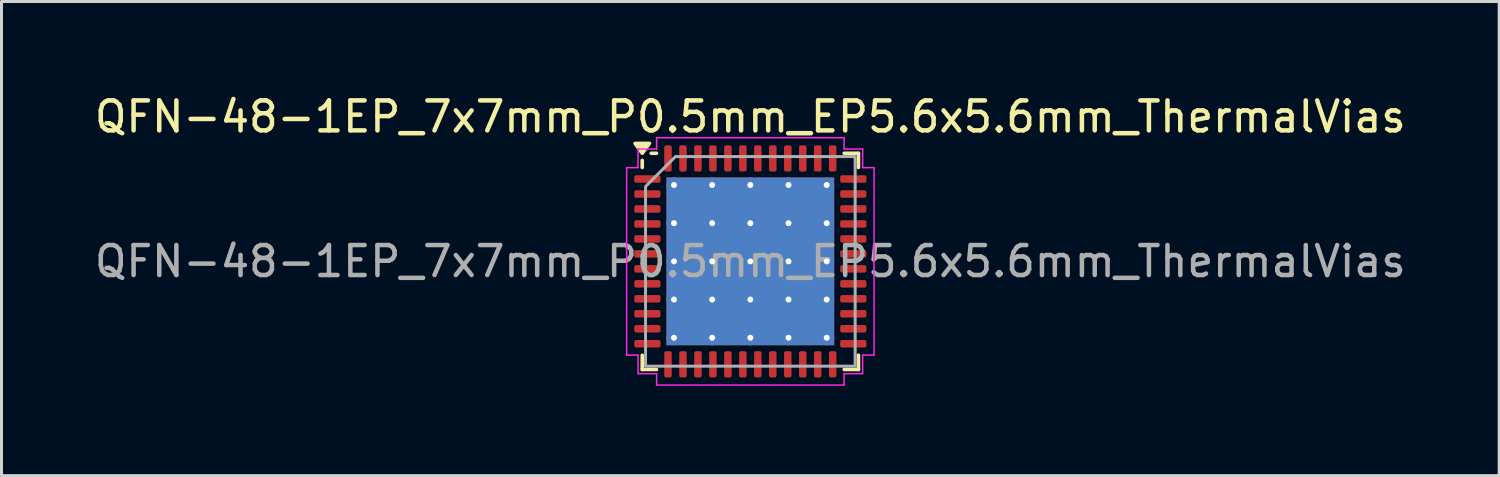
<source format=kicad_pcb>
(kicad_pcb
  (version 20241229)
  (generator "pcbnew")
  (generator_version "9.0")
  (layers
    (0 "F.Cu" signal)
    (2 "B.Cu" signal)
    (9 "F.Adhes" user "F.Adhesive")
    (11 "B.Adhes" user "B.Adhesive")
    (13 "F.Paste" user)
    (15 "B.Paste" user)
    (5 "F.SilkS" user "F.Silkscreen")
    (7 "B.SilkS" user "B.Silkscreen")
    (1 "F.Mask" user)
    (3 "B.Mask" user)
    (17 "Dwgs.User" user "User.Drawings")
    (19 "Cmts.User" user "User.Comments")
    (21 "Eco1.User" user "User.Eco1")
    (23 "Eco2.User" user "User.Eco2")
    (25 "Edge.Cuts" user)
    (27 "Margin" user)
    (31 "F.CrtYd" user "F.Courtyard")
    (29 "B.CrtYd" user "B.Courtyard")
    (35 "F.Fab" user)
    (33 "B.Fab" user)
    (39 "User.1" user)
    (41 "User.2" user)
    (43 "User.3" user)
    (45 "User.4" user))
  (footprint "QFN-48-1EP_7x7mm_P0.5mm_EP5.6x5.6mm_ThermalVias"
    (layer "F.Cu")
    (at 22.006 5.678)
    (property "Reference" "QFN-48-1EP_7x7mm_P0.5mm_EP5.6x5.6mm_ThermalVias" (at 0 -4.83 0) (layer "F.SilkS") (effects (font (size 1 1) (thickness 0.15))))
    (attr smd)
    (fp_line (start -3.61 -3.135) (end -3.61 -3.37) (stroke (width 0.12) (type solid)) (layer "F.SilkS"))
    (fp_line (start -3.61 3.61) (end -3.61 3.135) (stroke (width 0.12) (type solid)) (layer "F.SilkS"))
    (fp_line (start -3.135 -3.61) (end -3.31 -3.61) (stroke (width 0.12) (type solid)) (layer "F.SilkS"))
    (fp_line (start -3.135 3.61) (end -3.61 3.61) (stroke (width 0.12) (type solid)) (layer "F.SilkS"))
    (fp_line (start 3.135 -3.61) (end 3.61 -3.61) (stroke (width 0.12) (type solid)) (layer "F.SilkS"))
    (fp_line (start 3.135 3.61) (end 3.61 3.61) (stroke (width 0.12) (type solid)) (layer "F.SilkS"))
    (fp_line (start 3.61 -3.61) (end 3.61 -3.135) (stroke (width 0.12) (type solid)) (layer "F.SilkS"))
    (fp_line (start 3.61 3.61) (end 3.61 3.135) (stroke (width 0.12) (type solid)) (layer "F.SilkS"))
    (fp_poly (pts (xy -3.61 -3.61) (xy -3.85 -3.94) (xy -3.37 -3.94)) (stroke (width 0.12) (type solid)) (fill yes) (layer "F.SilkS"))
    (fp_line (start -4.13 -3.13) (end -3.75 -3.13) (stroke (width 0.05) (type solid)) (layer "F.CrtYd"))
    (fp_line (start -4.13 3.13) (end -4.13 -3.13) (stroke (width 0.05) (type solid)) (layer "F.CrtYd"))
    (fp_line (start -3.75 -3.75) (end -3.13 -3.75) (stroke (width 0.05) (type solid)) (layer "F.CrtYd"))
    (fp_line (start -3.75 -3.13) (end -3.75 -3.75) (stroke (width 0.05) (type solid)) (layer "F.CrtYd"))
    (fp_line (start -3.75 3.13) (end -4.13 3.13) (stroke (width 0.05) (type solid)) (layer "F.CrtYd"))
    (fp_line (start -3.75 3.75) (end -3.75 3.13) (stroke (width 0.05) (type solid)) (layer "F.CrtYd"))
    (fp_line (start -3.13 -4.13) (end 3.13 -4.13) (stroke (width 0.05) (type solid)) (layer "F.CrtYd"))
    (fp_line (start -3.13 -3.75) (end -3.13 -4.13) (stroke (width 0.05) (type solid)) (layer "F.CrtYd"))
    (fp_line (start -3.13 3.75) (end -3.75 3.75) (stroke (width 0.05) (type solid)) (layer "F.CrtYd"))
    (fp_line (start -3.13 4.13) (end -3.13 3.75) (stroke (width 0.05) (type solid)) (layer "F.CrtYd"))
    (fp_line (start 3.13 -4.13) (end 3.13 -3.75) (stroke (width 0.05) (type solid)) (layer "F.CrtYd"))
    (fp_line (start 3.13 -3.75) (end 3.75 -3.75) (stroke (width 0.05) (type solid)) (layer "F.CrtYd"))
    (fp_line (start 3.13 3.75) (end 3.13 4.13) (stroke (width 0.05) (type solid)) (layer "F.CrtYd"))
    (fp_line (start 3.13 4.13) (end -3.13 4.13) (stroke (width 0.05) (type solid)) (layer "F.CrtYd"))
    (fp_line (start 3.75 -3.75) (end 3.75 -3.13) (stroke (width 0.05) (type solid)) (layer "F.CrtYd"))
    (fp_line (start 3.75 -3.13) (end 4.13 -3.13) (stroke (width 0.05) (type solid)) (layer "F.CrtYd"))
    (fp_line (start 3.75 3.13) (end 3.75 3.75) (stroke (width 0.05) (type solid)) (layer "F.CrtYd"))
    (fp_line (start 3.75 3.75) (end 3.13 3.75) (stroke (width 0.05) (type solid)) (layer "F.CrtYd"))
    (fp_line (start 4.13 -3.13) (end 4.13 3.13) (stroke (width 0.05) (type solid)) (layer "F.CrtYd"))
    (fp_line (start 4.13 3.13) (end 3.75 3.13) (stroke (width 0.05) (type solid)) (layer "F.CrtYd"))
    (fp_poly (pts (xy -3.5 -2.5) (xy -3.5 3.5) (xy 3.5 3.5) (xy 3.5 -3.5) (xy -2.5 -3.5)) (stroke (width 0.1) (type solid)) (fill no) (layer "F.Fab"))
    (fp_text user "${REFERENCE}" (at 0 0 0) (layer "F.Fab") (effects (font (size 1 1) (thickness 0.15))))
    (pad "" smd roundrect (at -2.1 -2.1) (size 1.08 1.08) (layers "F.Paste") (roundrect_rratio 0.231))
    (pad "" smd roundrect (at -2.1 -0.7) (size 1.08 1.08) (layers "F.Paste") (roundrect_rratio 0.231))
    (pad "" smd roundrect (at -2.1 0.7) (size 1.08 1.08) (layers "F.Paste") (roundrect_rratio 0.231))
    (pad "" smd roundrect (at -2.1 2.1) (size 1.08 1.08) (layers "F.Paste") (roundrect_rratio 0.231))
    (pad "" smd roundrect (at -0.7 -2.1) (size 1.08 1.08) (layers "F.Paste") (roundrect_rratio 0.231))
    (pad "" smd roundrect (at -0.7 -0.7) (size 1.08 1.08) (layers "F.Paste") (roundrect_rratio 0.231))
    (pad "" smd roundrect (at -0.7 0.7) (size 1.08 1.08) (layers "F.Paste") (roundrect_rratio 0.231))
    (pad "" smd roundrect (at -0.7 2.1) (size 1.08 1.08) (layers "F.Paste") (roundrect_rratio 0.231))
    (pad "" smd roundrect (at 0.7 -2.1) (size 1.08 1.08) (layers "F.Paste") (roundrect_rratio 0.231))
    (pad "" smd roundrect (at 0.7 -0.7) (size 1.08 1.08) (layers "F.Paste") (roundrect_rratio 0.231))
    (pad "" smd roundrect (at 0.7 0.7) (size 1.08 1.08) (layers "F.Paste") (roundrect_rratio 0.231))
    (pad "" smd roundrect (at 0.7 2.1) (size 1.08 1.08) (layers "F.Paste") (roundrect_rratio 0.231))
    (pad "" smd roundrect (at 2.1 -2.1) (size 1.08 1.08) (layers "F.Paste") (roundrect_rratio 0.231))
    (pad "" smd roundrect (at 2.1 -0.7) (size 1.08 1.08) (layers "F.Paste") (roundrect_rratio 0.231))
    (pad "" smd roundrect (at 2.1 0.7) (size 1.08 1.08) (layers "F.Paste") (roundrect_rratio 0.231))
    (pad "" smd roundrect (at 2.1 2.1) (size 1.08 1.08) (layers "F.Paste") (roundrect_rratio 0.231))
    (pad "1" smd roundrect (at -3.438 -2.75) (size 0.875 0.25) (layers "F.Cu" "F.Mask" "F.Paste") (roundrect_rratio 0.25))
    (pad "2" smd roundrect (at -3.438 -2.25) (size 0.875 0.25) (layers "F.Cu" "F.Mask" "F.Paste") (roundrect_rratio 0.25))
    (pad "3" smd roundrect (at -3.438 -1.75) (size 0.875 0.25) (layers "F.Cu" "F.Mask" "F.Paste") (roundrect_rratio 0.25))
    (pad "4" smd roundrect (at -3.438 -1.25) (size 0.875 0.25) (layers "F.Cu" "F.Mask" "F.Paste") (roundrect_rratio 0.25))
    (pad "5" smd roundrect (at -3.438 -0.75) (size 0.875 0.25) (layers "F.Cu" "F.Mask" "F.Paste") (roundrect_rratio 0.25))
    (pad "6" smd roundrect (at -3.438 -0.25) (size 0.875 0.25) (layers "F.Cu" "F.Mask" "F.Paste") (roundrect_rratio 0.25))
    (pad "7" smd roundrect (at -3.438 0.25) (size 0.875 0.25) (layers "F.Cu" "F.Mask" "F.Paste") (roundrect_rratio 0.25))
    (pad "8" smd roundrect (at -3.438 0.75) (size 0.875 0.25) (layers "F.Cu" "F.Mask" "F.Paste") (roundrect_rratio 0.25))
    (pad "9" smd roundrect (at -3.438 1.25) (size 0.875 0.25) (layers "F.Cu" "F.Mask" "F.Paste") (roundrect_rratio 0.25))
    (pad "10" smd roundrect (at -3.438 1.75) (size 0.875 0.25) (layers "F.Cu" "F.Mask" "F.Paste") (roundrect_rratio 0.25))
    (pad "11" smd roundrect (at -3.438 2.25) (size 0.875 0.25) (layers "F.Cu" "F.Mask" "F.Paste") (roundrect_rratio 0.25))
    (pad "12" smd roundrect (at -3.438 2.75) (size 0.875 0.25) (layers "F.Cu" "F.Mask" "F.Paste") (roundrect_rratio 0.25))
    (pad "13" smd roundrect (at -2.75 3.438) (size 0.25 0.875) (layers "F.Cu" "F.Mask" "F.Paste") (roundrect_rratio 0.25))
    (pad "14" smd roundrect (at -2.25 3.438) (size 0.25 0.875) (layers "F.Cu" "F.Mask" "F.Paste") (roundrect_rratio 0.25))
    (pad "15" smd roundrect (at -1.75 3.438) (size 0.25 0.875) (layers "F.Cu" "F.Mask" "F.Paste") (roundrect_rratio 0.25))
    (pad "16" smd roundrect (at -1.25 3.438) (size 0.25 0.875) (layers "F.Cu" "F.Mask" "F.Paste") (roundrect_rratio 0.25))
    (pad "17" smd roundrect (at -0.75 3.438) (size 0.25 0.875) (layers "F.Cu" "F.Mask" "F.Paste") (roundrect_rratio 0.25))
    (pad "18" smd roundrect (at -0.25 3.438) (size 0.25 0.875) (layers "F.Cu" "F.Mask" "F.Paste") (roundrect_rratio 0.25))
    (pad "19" smd roundrect (at 0.25 3.438) (size 0.25 0.875) (layers "F.Cu" "F.Mask" "F.Paste") (roundrect_rratio 0.25))
    (pad "20" smd roundrect (at 0.75 3.438) (size 0.25 0.875) (layers "F.Cu" "F.Mask" "F.Paste") (roundrect_rratio 0.25))
    (pad "21" smd roundrect (at 1.25 3.438) (size 0.25 0.875) (layers "F.Cu" "F.Mask" "F.Paste") (roundrect_rratio 0.25))
    (pad "22" smd roundrect (at 1.75 3.438) (size 0.25 0.875) (layers "F.Cu" "F.Mask" "F.Paste") (roundrect_rratio 0.25))
    (pad "23" smd roundrect (at 2.25 3.438) (size 0.25 0.875) (layers "F.Cu" "F.Mask" "F.Paste") (roundrect_rratio 0.25))
    (pad "24" smd roundrect (at 2.75 3.438) (size 0.25 0.875) (layers "F.Cu" "F.Mask" "F.Paste") (roundrect_rratio 0.25))
    (pad "25" smd roundrect (at 3.438 2.75) (size 0.875 0.25) (layers "F.Cu" "F.Mask" "F.Paste") (roundrect_rratio 0.25))
    (pad "26" smd roundrect (at 3.438 2.25) (size 0.875 0.25) (layers "F.Cu" "F.Mask" "F.Paste") (roundrect_rratio 0.25))
    (pad "27" smd roundrect (at 3.438 1.75) (size 0.875 0.25) (layers "F.Cu" "F.Mask" "F.Paste") (roundrect_rratio 0.25))
    (pad "28" smd roundrect (at 3.438 1.25) (size 0.875 0.25) (layers "F.Cu" "F.Mask" "F.Paste") (roundrect_rratio 0.25))
    (pad "29" smd roundrect (at 3.438 0.75) (size 0.875 0.25) (layers "F.Cu" "F.Mask" "F.Paste") (roundrect_rratio 0.25))
    (pad "30" smd roundrect (at 3.438 0.25) (size 0.875 0.25) (layers "F.Cu" "F.Mask" "F.Paste") (roundrect_rratio 0.25))
    (pad "31" smd roundrect (at 3.438 -0.25) (size 0.875 0.25) (layers "F.Cu" "F.Mask" "F.Paste") (roundrect_rratio 0.25))
    (pad "32" smd roundrect (at 3.438 -0.75) (size 0.875 0.25) (layers "F.Cu" "F.Mask" "F.Paste") (roundrect_rratio 0.25))
    (pad "33" smd roundrect (at 3.438 -1.25) (size 0.875 0.25) (layers "F.Cu" "F.Mask" "F.Paste") (roundrect_rratio 0.25))
    (pad "34" smd roundrect (at 3.438 -1.75) (size 0.875 0.25) (layers "F.Cu" "F.Mask" "F.Paste") (roundrect_rratio 0.25))
    (pad "35" smd roundrect (at 3.438 -2.25) (size 0.875 0.25) (layers "F.Cu" "F.Mask" "F.Paste") (roundrect_rratio 0.25))
    (pad "36" smd roundrect (at 3.438 -2.75) (size 0.875 0.25) (layers "F.Cu" "F.Mask" "F.Paste") (roundrect_rratio 0.25))
    (pad "37" smd roundrect (at 2.75 -3.438) (size 0.25 0.875) (layers "F.Cu" "F.Mask" "F.Paste") (roundrect_rratio 0.25))
    (pad "38" smd roundrect (at 2.25 -3.438) (size 0.25 0.875) (layers "F.Cu" "F.Mask" "F.Paste") (roundrect_rratio 0.25))
    (pad "39" smd roundrect (at 1.75 -3.438) (size 0.25 0.875) (layers "F.Cu" "F.Mask" "F.Paste") (roundrect_rratio 0.25))
    (pad "40" smd roundrect (at 1.25 -3.438) (size 0.25 0.875) (layers "F.Cu" "F.Mask" "F.Paste") (roundrect_rratio 0.25))
    (pad "41" smd roundrect (at 0.75 -3.438) (size 0.25 0.875) (layers "F.Cu" "F.Mask" "F.Paste") (roundrect_rratio 0.25))
    (pad "42" smd roundrect (at 0.25 -3.438) (size 0.25 0.875) (layers "F.Cu" "F.Mask" "F.Paste") (roundrect_rratio 0.25))
    (pad "43" smd roundrect (at -0.25 -3.438) (size 0.25 0.875) (layers "F.Cu" "F.Mask" "F.Paste") (roundrect_rratio 0.25))
    (pad "44" smd roundrect (at -0.75 -3.438) (size 0.25 0.875) (layers "F.Cu" "F.Mask" "F.Paste") (roundrect_rratio 0.25))
    (pad "45" smd roundrect (at -1.25 -3.438) (size 0.25 0.875) (layers "F.Cu" "F.Mask" "F.Paste") (roundrect_rratio 0.25))
    (pad "46" smd roundrect (at -1.75 -3.438) (size 0.25 0.875) (layers "F.Cu" "F.Mask" "F.Paste") (roundrect_rratio 0.25))
    (pad "47" smd roundrect (at -2.25 -3.438) (size 0.25 0.875) (layers "F.Cu" "F.Mask" "F.Paste") (roundrect_rratio 0.25))
    (pad "48" smd roundrect (at -2.75 -3.438) (size 0.25 0.875) (layers "F.Cu" "F.Mask" "F.Paste") (roundrect_rratio 0.25))
    (pad "49" thru_hole circle (at -2.55 -2.55) (size 0.5 0.5) (drill 0.2) (property pad_prop_heatsink) (layers "*.Cu"))
    (pad "49" thru_hole circle (at -2.55 -1.275) (size 0.5 0.5) (drill 0.2) (property pad_prop_heatsink) (layers "*.Cu"))
    (pad "49" thru_hole circle (at -2.55 0) (size 0.5 0.5) (drill 0.2) (property pad_prop_heatsink) (layers "*.Cu"))
    (pad "49" thru_hole circle (at -2.55 1.275) (size 0.5 0.5) (drill 0.2) (property pad_prop_heatsink) (layers "*.Cu"))
    (pad "49" thru_hole circle (at -2.55 2.55) (size 0.5 0.5) (drill 0.2) (property pad_prop_heatsink) (layers "*.Cu"))
    (pad "49" thru_hole circle (at -1.275 -2.55) (size 0.5 0.5) (drill 0.2) (property pad_prop_heatsink) (layers "*.Cu"))
    (pad "49" thru_hole circle (at -1.275 -1.275) (size 0.5 0.5) (drill 0.2) (property pad_prop_heatsink) (layers "*.Cu"))
    (pad "49" thru_hole circle (at -1.275 0) (size 0.5 0.5) (drill 0.2) (property pad_prop_heatsink) (layers "*.Cu"))
    (pad "49" thru_hole circle (at -1.275 1.275) (size 0.5 0.5) (drill 0.2) (property pad_prop_heatsink) (layers "*.Cu"))
    (pad "49" thru_hole circle (at -1.275 2.55) (size 0.5 0.5) (drill 0.2) (property pad_prop_heatsink) (layers "*.Cu"))
    (pad "49" thru_hole circle (at 0 -2.55) (size 0.5 0.5) (drill 0.2) (property pad_prop_heatsink) (layers "*.Cu"))
    (pad "49" thru_hole circle (at 0 -1.275) (size 0.5 0.5) (drill 0.2) (property pad_prop_heatsink) (layers "*.Cu"))
    (pad "49" thru_hole circle (at 0 0) (size 0.5 0.5) (drill 0.2) (property pad_prop_heatsink) (layers "*.Cu"))
    (pad "49" smd rect (at 0 0) (size 5.6 5.6) (property pad_prop_heatsink) (layers "F.Cu" "F.Mask"))
    (pad "49" smd rect (at 0 0) (size 5.6 5.6) (property pad_prop_heatsink) (layers "B.Cu"))
    (pad "49" thru_hole circle (at 0 1.275) (size 0.5 0.5) (drill 0.2) (property pad_prop_heatsink) (layers "*.Cu"))
    (pad "49" thru_hole circle (at 0 2.55) (size 0.5 0.5) (drill 0.2) (property pad_prop_heatsink) (layers "*.Cu"))
    (pad "49" thru_hole circle (at 1.275 -2.55) (size 0.5 0.5) (drill 0.2) (property pad_prop_heatsink) (layers "*.Cu"))
    (pad "49" thru_hole circle (at 1.275 -1.275) (size 0.5 0.5) (drill 0.2) (property pad_prop_heatsink) (layers "*.Cu"))
    (pad "49" thru_hole circle (at 1.275 0) (size 0.5 0.5) (drill 0.2) (property pad_prop_heatsink) (layers "*.Cu"))
    (pad "49" thru_hole circle (at 1.275 1.275) (size 0.5 0.5) (drill 0.2) (property pad_prop_heatsink) (layers "*.Cu"))
    (pad "49" thru_hole circle (at 1.275 2.55) (size 0.5 0.5) (drill 0.2) (property pad_prop_heatsink) (layers "*.Cu"))
    (pad "49" thru_hole circle (at 2.55 -2.55) (size 0.5 0.5) (drill 0.2) (property pad_prop_heatsink) (layers "*.Cu"))
    (pad "49" thru_hole circle (at 2.55 -1.275) (size 0.5 0.5) (drill 0.2) (property pad_prop_heatsink) (layers "*.Cu"))
    (pad "49" thru_hole circle (at 2.55 0) (size 0.5 0.5) (drill 0.2) (property pad_prop_heatsink) (layers "*.Cu"))
    (pad "49" thru_hole circle (at 2.55 1.275) (size 0.5 0.5) (drill 0.2) (property pad_prop_heatsink) (layers "*.Cu"))
    (pad "49" thru_hole circle (at 2.55 2.55) (size 0.5 0.5) (drill 0.2) (property pad_prop_heatsink) (layers "*.Cu")))
  (gr_rect
    (start -3 -3)
    (end 47.012 12.833)
    (stroke (width 0.1) (type default))
    (fill no)
    (layer "Edge.Cuts")))
</source>
